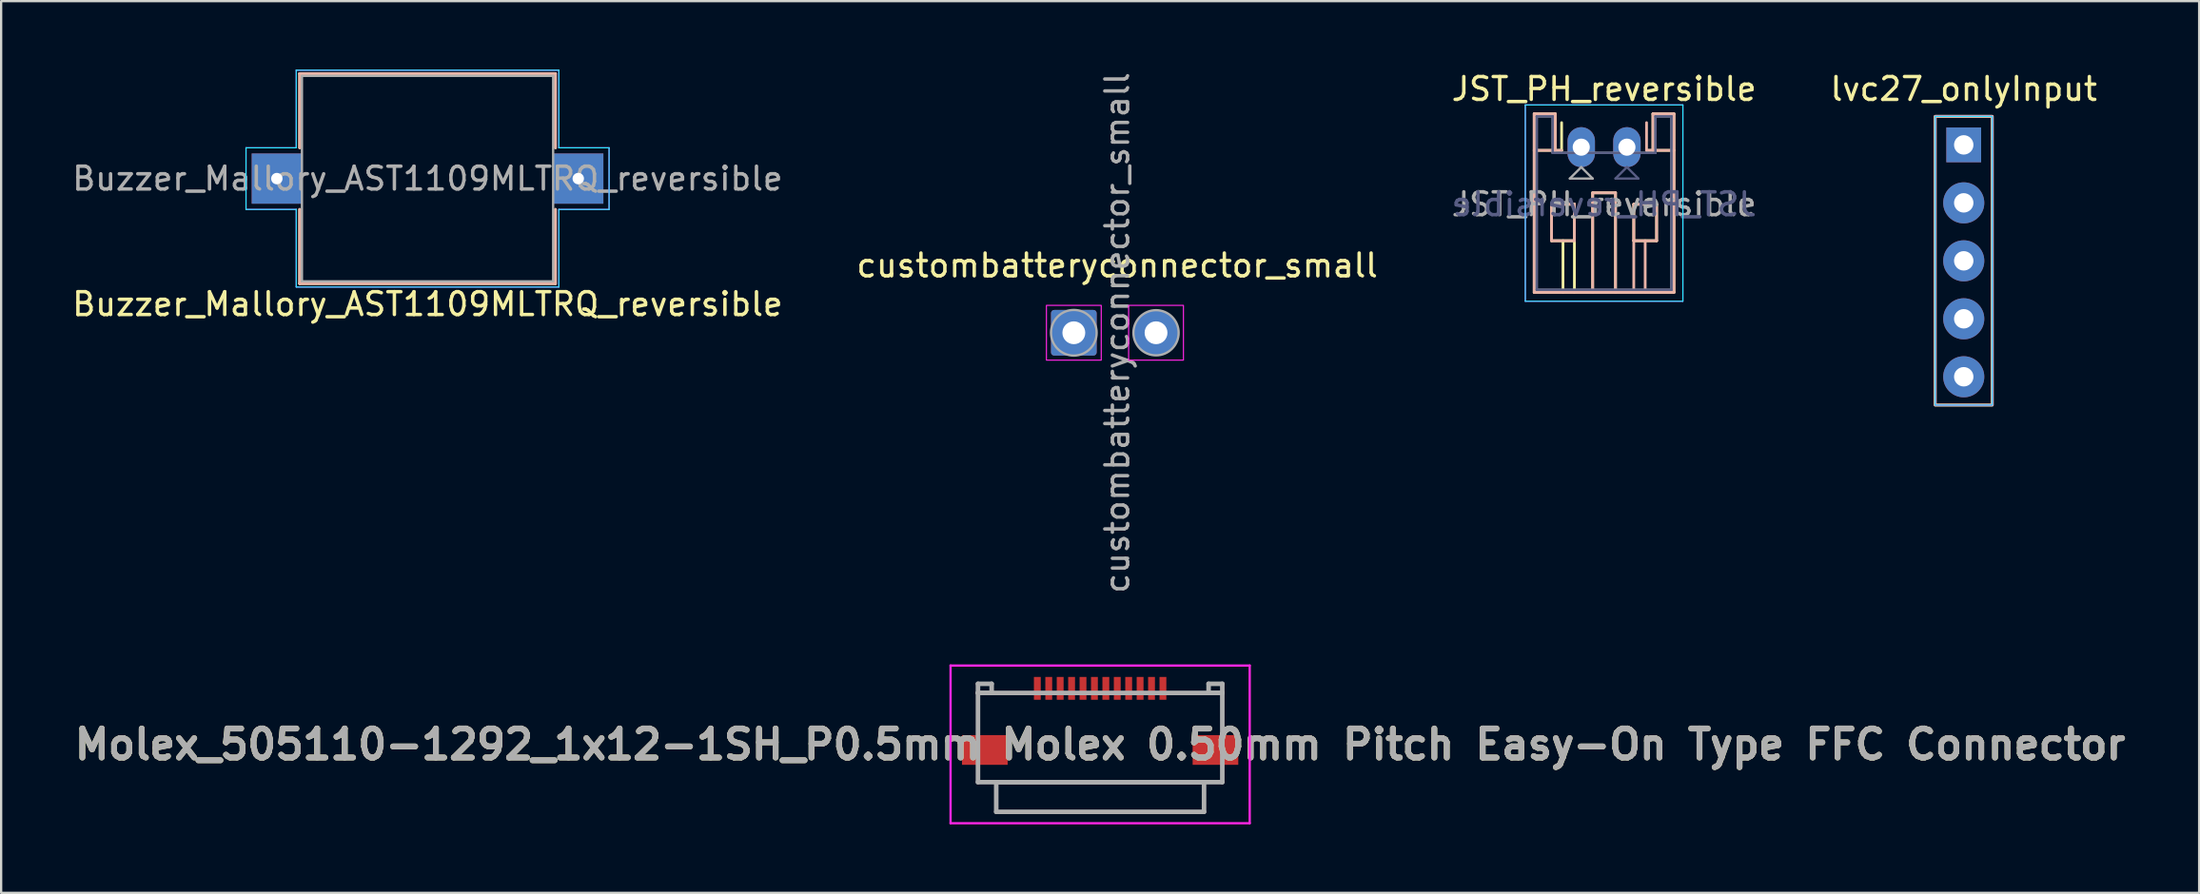
<source format=kicad_pcb>
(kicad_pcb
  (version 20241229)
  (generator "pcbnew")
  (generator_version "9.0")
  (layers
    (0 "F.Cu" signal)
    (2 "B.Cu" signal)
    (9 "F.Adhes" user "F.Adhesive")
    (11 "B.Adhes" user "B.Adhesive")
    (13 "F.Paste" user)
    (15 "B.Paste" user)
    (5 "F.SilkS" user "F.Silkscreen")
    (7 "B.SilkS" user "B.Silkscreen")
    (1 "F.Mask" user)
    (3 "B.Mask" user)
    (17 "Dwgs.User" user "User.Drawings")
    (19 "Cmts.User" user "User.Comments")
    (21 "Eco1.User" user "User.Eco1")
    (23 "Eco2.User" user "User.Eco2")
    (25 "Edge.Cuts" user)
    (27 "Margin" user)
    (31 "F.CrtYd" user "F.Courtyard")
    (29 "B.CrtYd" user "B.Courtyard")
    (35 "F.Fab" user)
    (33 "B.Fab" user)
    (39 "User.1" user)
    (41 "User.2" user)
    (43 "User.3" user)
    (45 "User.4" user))
  (footprint "JST_PH_reversible"
    (layer "F.Cu")
    (at 66.196 3.398)
    (property "Reference" "JST_PH_reversible" (at 1 -2.55 0) (layer "F.SilkS") (effects (font (size 1 1) (thickness 0.15))))
    (attr through_hole)
    (fp_line (start -2.06 -1.46) (end -2.06 6.36) (stroke (width 0.12) (type solid)) (layer "F.SilkS"))
    (fp_line (start -2.06 0.14) (end -1.14 0.14) (stroke (width 0.12) (type solid)) (layer "F.SilkS"))
    (fp_line (start -2.06 6.36) (end 4.06 6.36) (stroke (width 0.12) (type solid)) (layer "F.SilkS"))
    (fp_line (start -1.3 2.5) (end -1.3 4.1) (stroke (width 0.12) (type solid)) (layer "F.SilkS"))
    (fp_line (start -1.3 4.1) (end -0.3 4.1) (stroke (width 0.12) (type solid)) (layer "F.SilkS"))
    (fp_line (start -1.14 -1.46) (end -2.06 -1.46) (stroke (width 0.12) (type solid)) (layer "F.SilkS"))
    (fp_line (start -1.14 0.14) (end -1.14 -1.46) (stroke (width 0.12) (type solid)) (layer "F.SilkS"))
    (fp_line (start -0.86 0.14) (end -1.14 0.14) (stroke (width 0.12) (type solid)) (layer "F.SilkS"))
    (fp_line (start -0.86 0.14) (end -0.86 -1.075) (stroke (width 0.12) (type solid)) (layer "F.SilkS"))
    (fp_line (start -0.8 4.1) (end -0.8 6.36) (stroke (width 0.12) (type solid)) (layer "F.SilkS"))
    (fp_line (start -0.3 2.5) (end -1.3 2.5) (stroke (width 0.12) (type solid)) (layer "F.SilkS"))
    (fp_line (start -0.3 4.1) (end -0.3 2.5) (stroke (width 0.12) (type solid)) (layer "F.SilkS"))
    (fp_line (start -0.3 4.1) (end -0.3 6.36) (stroke (width 0.12) (type solid)) (layer "F.SilkS"))
    (fp_line (start 0.5 2) (end 1.5 2) (stroke (width 0.12) (type solid)) (layer "F.SilkS"))
    (fp_line (start 0.5 6.36) (end 0.5 2) (stroke (width 0.12) (type solid)) (layer "F.SilkS"))
    (fp_line (start 1.5 2) (end 1.5 6.36) (stroke (width 0.12) (type solid)) (layer "F.SilkS"))
    (fp_line (start 2.3 2.5) (end 3.3 2.5) (stroke (width 0.12) (type solid)) (layer "F.SilkS"))
    (fp_line (start 2.3 4.1) (end 2.3 2.5) (stroke (width 0.12) (type solid)) (layer "F.SilkS"))
    (fp_line (start 3.14 -1.46) (end 3.14 0.14) (stroke (width 0.12) (type solid)) (layer "F.SilkS"))
    (fp_line (start 3.14 0.14) (end 2.86 0.14) (stroke (width 0.12) (type solid)) (layer "F.SilkS"))
    (fp_line (start 3.3 2.5) (end 3.3 4.1) (stroke (width 0.12) (type solid)) (layer "F.SilkS"))
    (fp_line (start 3.3 4.1) (end 2.3 4.1) (stroke (width 0.12) (type solid)) (layer "F.SilkS"))
    (fp_line (start 4.06 -1.46) (end 3.14 -1.46) (stroke (width 0.12) (type solid)) (layer "F.SilkS"))
    (fp_line (start 4.06 0.14) (end 3.14 0.14) (stroke (width 0.12) (type solid)) (layer "F.SilkS"))
    (fp_line (start 4.06 6.36) (end 4.06 -1.46) (stroke (width 0.12) (type solid)) (layer "F.SilkS"))
    (fp_line (start -2.06 -1.46) (end -1.14 -1.46) (stroke (width 0.12) (type solid)) (layer "B.SilkS"))
    (fp_line (start -2.06 0.14) (end -1.14 0.14) (stroke (width 0.12) (type solid)) (layer "B.SilkS"))
    (fp_line (start -2.06 6.36) (end -2.06 -1.46) (stroke (width 0.12) (type solid)) (layer "B.SilkS"))
    (fp_line (start -1.3 2.5) (end -1.3 4.1) (stroke (width 0.12) (type solid)) (layer "B.SilkS"))
    (fp_line (start -1.3 4.1) (end -0.3 4.1) (stroke (width 0.12) (type solid)) (layer "B.SilkS"))
    (fp_line (start -1.14 -1.46) (end -1.14 0.14) (stroke (width 0.12) (type solid)) (layer "B.SilkS"))
    (fp_line (start -1.14 0.14) (end -0.86 0.14) (stroke (width 0.12) (type solid)) (layer "B.SilkS"))
    (fp_line (start -0.3 2.5) (end -1.3 2.5) (stroke (width 0.12) (type solid)) (layer "B.SilkS"))
    (fp_line (start -0.3 4.1) (end -0.3 2.5) (stroke (width 0.12) (type solid)) (layer "B.SilkS"))
    (fp_line (start 0.5 2) (end 0.5 6.36) (stroke (width 0.12) (type solid)) (layer "B.SilkS"))
    (fp_line (start 1.5 2) (end 0.5 2) (stroke (width 0.12) (type solid)) (layer "B.SilkS"))
    (fp_line (start 1.5 6.36) (end 1.5 2) (stroke (width 0.12) (type solid)) (layer "B.SilkS"))
    (fp_line (start 2.3 2.5) (end 3.3 2.5) (stroke (width 0.12) (type solid)) (layer "B.SilkS"))
    (fp_line (start 2.3 4.1) (end 2.3 2.5) (stroke (width 0.12) (type solid)) (layer "B.SilkS"))
    (fp_line (start 2.3 4.1) (end 2.3 6.36) (stroke (width 0.12) (type solid)) (layer "B.SilkS"))
    (fp_line (start 2.8 4.1) (end 2.8 6.36) (stroke (width 0.12) (type solid)) (layer "B.SilkS"))
    (fp_line (start 2.86 0.14) (end 2.86 -1.075) (stroke (width 0.12) (type solid)) (layer "B.SilkS"))
    (fp_line (start 2.86 0.14) (end 3.14 0.14) (stroke (width 0.12) (type solid)) (layer "B.SilkS"))
    (fp_line (start 3.14 -1.46) (end 4.06 -1.46) (stroke (width 0.12) (type solid)) (layer "B.SilkS"))
    (fp_line (start 3.14 0.14) (end 3.14 -1.46) (stroke (width 0.12) (type solid)) (layer "B.SilkS"))
    (fp_line (start 3.3 2.5) (end 3.3 4.1) (stroke (width 0.12) (type solid)) (layer "B.SilkS"))
    (fp_line (start 3.3 4.1) (end 2.3 4.1) (stroke (width 0.12) (type solid)) (layer "B.SilkS"))
    (fp_line (start 4.06 -1.46) (end 4.06 6.36) (stroke (width 0.12) (type solid)) (layer "B.SilkS"))
    (fp_line (start 4.06 0.14) (end 3.14 0.14) (stroke (width 0.12) (type solid)) (layer "B.SilkS"))
    (fp_line (start 4.06 6.36) (end -2.06 6.36) (stroke (width 0.12) (type solid)) (layer "B.SilkS"))
    (fp_line (start -2.45 -1.85) (end 4.45 -1.85) (stroke (width 0.05) (type solid)) (layer "B.CrtYd"))
    (fp_line (start -2.45 6.75) (end -2.45 -1.85) (stroke (width 0.05) (type solid)) (layer "B.CrtYd"))
    (fp_line (start 4.45 -1.85) (end 4.45 6.75) (stroke (width 0.05) (type solid)) (layer "B.CrtYd"))
    (fp_line (start 4.45 6.75) (end -2.45 6.75) (stroke (width 0.05) (type solid)) (layer "B.CrtYd"))
    (fp_line (start -2.45 -1.85) (end -2.45 6.75) (stroke (width 0.05) (type solid)) (layer "F.CrtYd"))
    (fp_line (start -2.45 6.75) (end 4.45 6.75) (stroke (width 0.05) (type solid)) (layer "F.CrtYd"))
    (fp_line (start 4.45 -1.85) (end -2.45 -1.85) (stroke (width 0.05) (type solid)) (layer "F.CrtYd"))
    (fp_line (start 4.45 6.75) (end 4.45 -1.85) (stroke (width 0.05) (type solid)) (layer "F.CrtYd"))
    (fp_line (start -1.95 -1.35) (end -1.25 -1.35) (stroke (width 0.1) (type solid)) (layer "B.Fab"))
    (fp_line (start -1.95 6.25) (end -1.95 -1.35) (stroke (width 0.1) (type solid)) (layer "B.Fab"))
    (fp_line (start -1.25 -1.35) (end -1.25 0.25) (stroke (width 0.1) (type solid)) (layer "B.Fab"))
    (fp_line (start -1.25 0.25) (end 3.25 0.25) (stroke (width 0.1) (type solid)) (layer "B.Fab"))
    (fp_line (start 1.5 1.375) (end 2 0.875) (stroke (width 0.1) (type solid)) (layer "B.Fab"))
    (fp_line (start 2 0.875) (end 2.5 1.375) (stroke (width 0.1) (type solid)) (layer "B.Fab"))
    (fp_line (start 2.5 1.375) (end 1.5 1.375) (stroke (width 0.1) (type solid)) (layer "B.Fab"))
    (fp_line (start 3.25 -1.35) (end 3.95 -1.35) (stroke (width 0.1) (type solid)) (layer "B.Fab"))
    (fp_line (start 3.25 0.25) (end 3.25 -1.35) (stroke (width 0.1) (type solid)) (layer "B.Fab"))
    (fp_line (start 3.95 -1.35) (end 3.95 6.25) (stroke (width 0.1) (type solid)) (layer "B.Fab"))
    (fp_line (start 3.95 6.25) (end -1.95 6.25) (stroke (width 0.1) (type solid)) (layer "B.Fab"))
    (fp_line (start -1.95 -1.35) (end -1.95 6.25) (stroke (width 0.1) (type solid)) (layer "F.Fab"))
    (fp_line (start -1.95 6.25) (end 3.95 6.25) (stroke (width 0.1) (type solid)) (layer "F.Fab"))
    (fp_line (start -1.25 -1.35) (end -1.95 -1.35) (stroke (width 0.1) (type solid)) (layer "F.Fab"))
    (fp_line (start -1.25 0.25) (end -1.25 -1.35) (stroke (width 0.1) (type solid)) (layer "F.Fab"))
    (fp_line (start -0.5 1.375) (end 0.5 1.375) (stroke (width 0.1) (type solid)) (layer "F.Fab"))
    (fp_line (start 0 0.875) (end -0.5 1.375) (stroke (width 0.1) (type solid)) (layer "F.Fab"))
    (fp_line (start 0.5 1.375) (end 0 0.875) (stroke (width 0.1) (type solid)) (layer "F.Fab"))
    (fp_line (start 3.25 -1.35) (end 3.25 0.25) (stroke (width 0.1) (type solid)) (layer "F.Fab"))
    (fp_line (start 3.25 0.25) (end -1.25 0.25) (stroke (width 0.1) (type solid)) (layer "F.Fab"))
    (fp_line (start 3.95 -1.35) (end 3.25 -1.35) (stroke (width 0.1) (type solid)) (layer "F.Fab"))
    (fp_line (start 3.95 6.25) (end 3.95 -1.35) (stroke (width 0.1) (type solid)) (layer "F.Fab"))
    (fp_text user "${REFERENCE}" (at 1 2.5 0) (layer "B.Fab") (effects (font (size 1 1) (thickness 0.15)) (justify mirror)))
    (fp_text user "${REFERENCE}" (at 1 2.5 0) (layer "F.Fab") (effects (font (size 1 1) (thickness 0.15))))
    (pad "1" thru_hole oval (at 0 0) (size 1.2 1.75) (drill 0.75) (layers "*.Cu" "*.Mask"))
    (pad "2" thru_hole oval (at 2 0) (size 1.2 1.75) (drill 0.75) (layers "*.Cu" "*.Mask")))
  (footprint "Molex_505110-1292_1x12-1SH_P0.5mm Molex 0.50mm Pitch Easy-On Type FFC Connector"
    (layer "F.Cu")
    (at 45.127 29.565)
    (property "Reference" "Molex_505110-1292_1x12-1SH_P0.5mm Molex 0.50mm Pitch Easy-On Type FFC Connector" (at 0 0 0) (layer "F.SilkS") (effects (font (size 1.27 1.27) (thickness 0.254))))
    (attr smd)
    (fp_line (start -5.35 -2.255) (end -5.35 -0.755) (stroke (width 0.1) (type solid)) (layer "F.SilkS"))
    (fp_line (start -5.35 1.245) (end -5.35 1.655) (stroke (width 0.1) (type solid)) (layer "F.SilkS"))
    (fp_line (start -5.35 1.655) (end 5.35 1.655) (stroke (width 0.1) (type solid)) (layer "F.SilkS"))
    (fp_line (start -3.5 -2.255) (end -5.35 -2.255) (stroke (width 0.1) (type solid)) (layer "F.SilkS"))
    (fp_line (start 3.5 -2.255) (end 5.35 -2.255) (stroke (width 0.1) (type solid)) (layer "F.SilkS"))
    (fp_line (start 5.35 -2.255) (end 5.35 -0.755) (stroke (width 0.1) (type solid)) (layer "F.SilkS"))
    (fp_line (start 5.35 1.655) (end 5.35 1.245) (stroke (width 0.1) (type solid)) (layer "F.SilkS"))
    (fp_line (start -6.55 -3.455) (end 6.55 -3.455) (stroke (width 0.1) (type solid)) (layer "F.CrtYd"))
    (fp_line (start -6.55 3.455) (end -6.55 -3.455) (stroke (width 0.1) (type solid)) (layer "F.CrtYd"))
    (fp_line (start 6.55 -3.455) (end 6.55 3.455) (stroke (width 0.1) (type solid)) (layer "F.CrtYd"))
    (fp_line (start 6.55 3.455) (end -6.55 3.455) (stroke (width 0.1) (type solid)) (layer "F.CrtYd"))
    (fp_line (start -5.35 -2.655) (end -5.35 -2.255) (stroke (width 0.2) (type solid)) (layer "F.Fab"))
    (fp_line (start -5.35 -2.255) (end -4.75 -2.255) (stroke (width 0.2) (type solid)) (layer "F.Fab"))
    (fp_line (start -5.35 -2.255) (end 5.35 -2.255) (stroke (width 0.2) (type solid)) (layer "F.Fab"))
    (fp_line (start -5.35 1.655) (end -5.35 -2.255) (stroke (width 0.2) (type solid)) (layer "F.Fab"))
    (fp_line (start -4.75 -2.655) (end -5.35 -2.655) (stroke (width 0.2) (type solid)) (layer "F.Fab"))
    (fp_line (start -4.75 -2.255) (end -4.75 -2.655) (stroke (width 0.2) (type solid)) (layer "F.Fab"))
    (fp_line (start -4.55 1.655) (end 4.55 1.655) (stroke (width 0.2) (type solid)) (layer "F.Fab"))
    (fp_line (start -4.55 2.955) (end -4.55 1.655) (stroke (width 0.2) (type solid)) (layer "F.Fab"))
    (fp_line (start 4.55 1.655) (end 4.55 2.955) (stroke (width 0.2) (type solid)) (layer "F.Fab"))
    (fp_line (start 4.55 2.955) (end -4.55 2.955) (stroke (width 0.2) (type solid)) (layer "F.Fab"))
    (fp_line (start 4.75 -2.655) (end 5.35 -2.655) (stroke (width 0.2) (type solid)) (layer "F.Fab"))
    (fp_line (start 4.75 -2.255) (end 4.75 -2.655) (stroke (width 0.2) (type solid)) (layer "F.Fab"))
    (fp_line (start 5.35 -2.655) (end 5.35 -2.255) (stroke (width 0.2) (type solid)) (layer "F.Fab"))
    (fp_line (start 5.35 -2.255) (end 4.75 -2.255) (stroke (width 0.2) (type solid)) (layer "F.Fab"))
    (fp_line (start 5.35 -2.255) (end 5.35 1.655) (stroke (width 0.2) (type solid)) (layer "F.Fab"))
    (fp_line (start 5.35 1.655) (end -5.35 1.655) (stroke (width 0.2) (type solid)) (layer "F.Fab"))
    (fp_text user "${REFERENCE}" (at 0 0 0) (layer "F.Fab") (effects (font (size 1.27 1.27) (thickness 0.254))))
    (pad "1" smd rect (at -2.75 -2.455) (size 0.3 1) (layers "F.Cu" "F.Mask" "F.Paste"))
    (pad "2" smd rect (at -2.25 -2.455) (size 0.3 1) (layers "F.Cu" "F.Mask" "F.Paste"))
    (pad "3" smd rect (at -1.75 -2.455) (size 0.3 1) (layers "F.Cu" "F.Mask" "F.Paste"))
    (pad "4" smd rect (at -1.25 -2.455) (size 0.3 1) (layers "F.Cu" "F.Mask" "F.Paste"))
    (pad "5" smd rect (at -0.75 -2.455) (size 0.3 1) (layers "F.Cu" "F.Mask" "F.Paste"))
    (pad "6" smd rect (at -0.25 -2.455) (size 0.3 1) (layers "F.Cu" "F.Mask" "F.Paste"))
    (pad "7" smd rect (at 0.25 -2.455) (size 0.3 1) (layers "F.Cu" "F.Mask" "F.Paste"))
    (pad "8" smd rect (at 0.75 -2.455) (size 0.3 1) (layers "F.Cu" "F.Mask" "F.Paste"))
    (pad "9" smd rect (at 1.25 -2.455) (size 0.3 1) (layers "F.Cu" "F.Mask" "F.Paste"))
    (pad "10" smd rect (at 1.75 -2.455) (size 0.3 1) (layers "F.Cu" "F.Mask" "F.Paste"))
    (pad "11" smd rect (at 2.25 -2.455) (size 0.3 1) (layers "F.Cu" "F.Mask" "F.Paste"))
    (pad "12" smd rect (at 2.75 -2.455) (size 0.3 1) (layers "F.Cu" "F.Mask" "F.Paste"))
    (pad "MP1" smd rect (at -5.05 0.245 90) (size 1.3 2) (layers "F.Cu" "F.Mask" "F.Paste"))
    (pad "MP2" smd rect (at 5.05 0.245 90) (size 1.3 2) (layers "F.Cu" "F.Mask" "F.Paste")))
  (footprint "Buzzer_Mallory_AST1109MLTRQ_reversible"
    (layer "F.Cu")
    (at 15.673 4.775)
    (property "Reference" "Buzzer_Mallory_AST1109MLTRQ_reversible" (at 0 5.5 180) (layer "F.SilkS") (effects (font (size 1 1) (thickness 0.15))))
    (attr smd)
    (fp_line (start -5.6 -4.6) (end 5.6 -4.6) (stroke (width 0.12) (type solid)) (layer "F.SilkS"))
    (fp_line (start -5.6 -1.35) (end -5.6 -4.6) (stroke (width 0.12) (type solid)) (layer "F.SilkS"))
    (fp_line (start -5.6 4.6) (end -5.6 1.35) (stroke (width 0.12) (type solid)) (layer "F.SilkS"))
    (fp_line (start 5.6 -4.6) (end 5.6 -1.35) (stroke (width 0.12) (type solid)) (layer "F.SilkS"))
    (fp_line (start 5.6 1.35) (end 5.6 4.6) (stroke (width 0.12) (type solid)) (layer "F.SilkS"))
    (fp_line (start 5.6 4.6) (end -5.6 4.6) (stroke (width 0.12) (type solid)) (layer "F.SilkS"))
    (fp_line (start -5.6 -4.6) (end -5.6 -1.35) (stroke (width 0.12) (type solid)) (layer "B.SilkS"))
    (fp_line (start -5.6 1.35) (end -5.6 4.6) (stroke (width 0.12) (type solid)) (layer "B.SilkS"))
    (fp_line (start -5.6 4.6) (end 5.6 4.6) (stroke (width 0.12) (type solid)) (layer "B.SilkS"))
    (fp_line (start 5.6 -4.6) (end -5.6 -4.6) (stroke (width 0.12) (type solid)) (layer "B.SilkS"))
    (fp_line (start 5.6 -1.35) (end 5.6 -4.6) (stroke (width 0.12) (type solid)) (layer "B.SilkS"))
    (fp_line (start 5.6 4.6) (end 5.6 1.35) (stroke (width 0.12) (type solid)) (layer "B.SilkS"))
    (fp_line (start -7.95 -1.35) (end -7.95 1.35) (stroke (width 0.05) (type solid)) (layer "B.CrtYd"))
    (fp_line (start -7.95 1.35) (end -5.75 1.35) (stroke (width 0.05) (type solid)) (layer "B.CrtYd"))
    (fp_line (start -5.75 -4.75) (end -5.75 -1.35) (stroke (width 0.05) (type solid)) (layer "B.CrtYd"))
    (fp_line (start -5.75 -1.35) (end -7.95 -1.35) (stroke (width 0.05) (type solid)) (layer "B.CrtYd"))
    (fp_line (start -5.75 1.35) (end -5.75 4.75) (stroke (width 0.05) (type solid)) (layer "B.CrtYd"))
    (fp_line (start -5.75 4.75) (end 5.75 4.75) (stroke (width 0.05) (type solid)) (layer "B.CrtYd"))
    (fp_line (start 5.75 -4.75) (end -5.75 -4.75) (stroke (width 0.05) (type solid)) (layer "B.CrtYd"))
    (fp_line (start 5.75 -1.35) (end 5.75 -4.75) (stroke (width 0.05) (type solid)) (layer "B.CrtYd"))
    (fp_line (start 5.75 1.35) (end 7.95 1.35) (stroke (width 0.05) (type solid)) (layer "B.CrtYd"))
    (fp_line (start 5.75 4.75) (end 5.75 1.35) (stroke (width 0.05) (type solid)) (layer "B.CrtYd"))
    (fp_line (start 7.95 -1.35) (end 5.75 -1.35) (stroke (width 0.05) (type solid)) (layer "B.CrtYd"))
    (fp_line (start 7.95 1.35) (end 7.95 -1.35) (stroke (width 0.05) (type solid)) (layer "B.CrtYd"))
    (fp_line (start -7.95 -1.35) (end -5.75 -1.35) (stroke (width 0.05) (type solid)) (layer "F.CrtYd"))
    (fp_line (start -7.95 1.35) (end -7.95 -1.35) (stroke (width 0.05) (type solid)) (layer "F.CrtYd"))
    (fp_line (start -5.75 -4.75) (end 5.75 -4.75) (stroke (width 0.05) (type solid)) (layer "F.CrtYd"))
    (fp_line (start -5.75 -1.35) (end -5.75 -4.75) (stroke (width 0.05) (type solid)) (layer "F.CrtYd"))
    (fp_line (start -5.75 1.35) (end -7.95 1.35) (stroke (width 0.05) (type solid)) (layer "F.CrtYd"))
    (fp_line (start -5.75 4.75) (end -5.75 1.35) (stroke (width 0.05) (type solid)) (layer "F.CrtYd"))
    (fp_line (start 5.75 -4.75) (end 5.75 -1.35) (stroke (width 0.05) (type solid)) (layer "F.CrtYd"))
    (fp_line (start 5.75 -1.35) (end 7.95 -1.35) (stroke (width 0.05) (type solid)) (layer "F.CrtYd"))
    (fp_line (start 5.75 1.35) (end 5.75 4.75) (stroke (width 0.05) (type solid)) (layer "F.CrtYd"))
    (fp_line (start 5.75 4.75) (end -5.75 4.75) (stroke (width 0.05) (type solid)) (layer "F.CrtYd"))
    (fp_line (start 7.95 -1.35) (end 7.95 1.35) (stroke (width 0.05) (type solid)) (layer "F.CrtYd"))
    (fp_line (start 7.95 1.35) (end 5.75 1.35) (stroke (width 0.05) (type solid)) (layer "F.CrtYd"))
    (fp_line (start -5.5 -4.5) (end 5.5 -4.5) (stroke (width 0.1) (type solid)) (layer "F.Fab"))
    (fp_line (start -5.5 4.5) (end -5.5 -4.5) (stroke (width 0.1) (type solid)) (layer "F.Fab"))
    (fp_line (start 5.5 -4.5) (end 5.5 4.5) (stroke (width 0.1) (type solid)) (layer "F.Fab"))
    (fp_line (start 5.5 4.5) (end -5.5 4.5) (stroke (width 0.1) (type solid)) (layer "F.Fab"))
    (fp_text user "${REFERENCE}" (at 0 0 180) (layer "F.Fab") (effects (font (size 1 1) (thickness 0.15))))
    (pad "1" thru_hole rect (at -6.6 0) (size 2.2 2.2) (drill 0.5) (layers "*.Cu" "*.Mask"))
    (pad "2" thru_hole rect (at 6.6 0) (size 2.2 2.2) (drill 0.5) (layers "*.Cu" "*.Mask")))
  (footprint "lvc27_onlyInput"
    (layer "F.Cu")
    (at 82.946 3.298)
    (property "Reference" "lvc27_onlyInput" (at 0 -2.45 0) (layer "F.SilkS") (effects (font (size 1 1) (thickness 0.15))))
    (attr through_hole)
    (fp_rect (start -1.25 -1.25) (end 1.25 11.4) (stroke (width 0.12) (type solid)) (fill no) (layer "F.SilkS"))
    (fp_rect (start 1.25 -1.25) (end -1.25 11.4) (stroke (width 0.12) (type solid)) (fill no) (layer "B.SilkS"))
    (fp_rect (start 1.25 -1.25) (end -1.25 11.4) (stroke (width 0.05) (type solid)) (fill no) (layer "B.CrtYd"))
    (fp_rect (start -1.25 -1.25) (end 1.25 11.4) (stroke (width 0.05) (type solid)) (fill no) (layer "F.CrtYd"))
    (pad "1" thru_hole rect (at 0 0) (size 1.524 1.524) (drill 0.85) (layers "*.Cu" "*.Mask"))
    (pad "2" thru_hole circle (at 0 2.54) (size 1.8 1.8) (drill 0.85) (layers "*.Cu" "*.Mask"))
    (pad "3" thru_hole circle (at 0 5.08) (size 1.8 1.8) (drill 0.85) (layers "*.Cu" "*.Mask"))
    (pad "4" thru_hole circle (at 0 7.62) (size 1.8 1.8) (drill 0.85) (layers "*.Cu" "*.Mask"))
    (pad "5" thru_hole circle (at 0 10.16) (size 1.8 1.8) (drill 0.85) (layers "*.Cu" "*.Mask")))
  (footprint "custombatteryconnector_small"
    (layer "F.Cu")
    (at 45.775 11.53)
    (property "Reference" "custombatteryconnector_small" (at 0.1 -2.95 0) (layer "F.SilkS") (effects (font (size 1 1) (thickness 0.15))))
    (attr exclude_from_pos_files exclude_from_bom)
    (fp_rect (start -3 -1.2) (end -0.6 1.2) (stroke (width 0.05) (type solid)) (fill no) (layer "F.CrtYd"))
    (fp_rect (start 0.6 -1.2) (end 3 1.2) (stroke (width 0.05) (type solid)) (fill no) (layer "F.CrtYd"))
    (fp_circle (center -1.8 0) (end -0.8 0.01) (stroke (width 0.1) (type solid)) (fill no) (layer "F.Fab"))
    (fp_circle (center 1.8 0) (end 2.79 -0.02) (stroke (width 0.1) (type solid)) (fill no) (layer "F.Fab"))
    (fp_text user "${REFERENCE}" (at 0.1 0 90) (layer "F.Fab") (effects (font (size 1 1) (thickness 0.15))))
    (pad "1" thru_hole roundrect (at -1.8 0) (size 2 2) (drill 1) (layers "*.Cu" "*.Mask") (roundrect_rratio 0.071))
    (pad "2" thru_hole circle (at 1.8 0) (size 2 2) (drill 1) (layers "*.Cu" "*.Mask")))
  (gr_rect
    (start -3 -3)
    (end 93.255 36.07)
    (stroke (width 0.1) (type default))
    (fill no)
    (layer "Edge.Cuts")))
</source>
